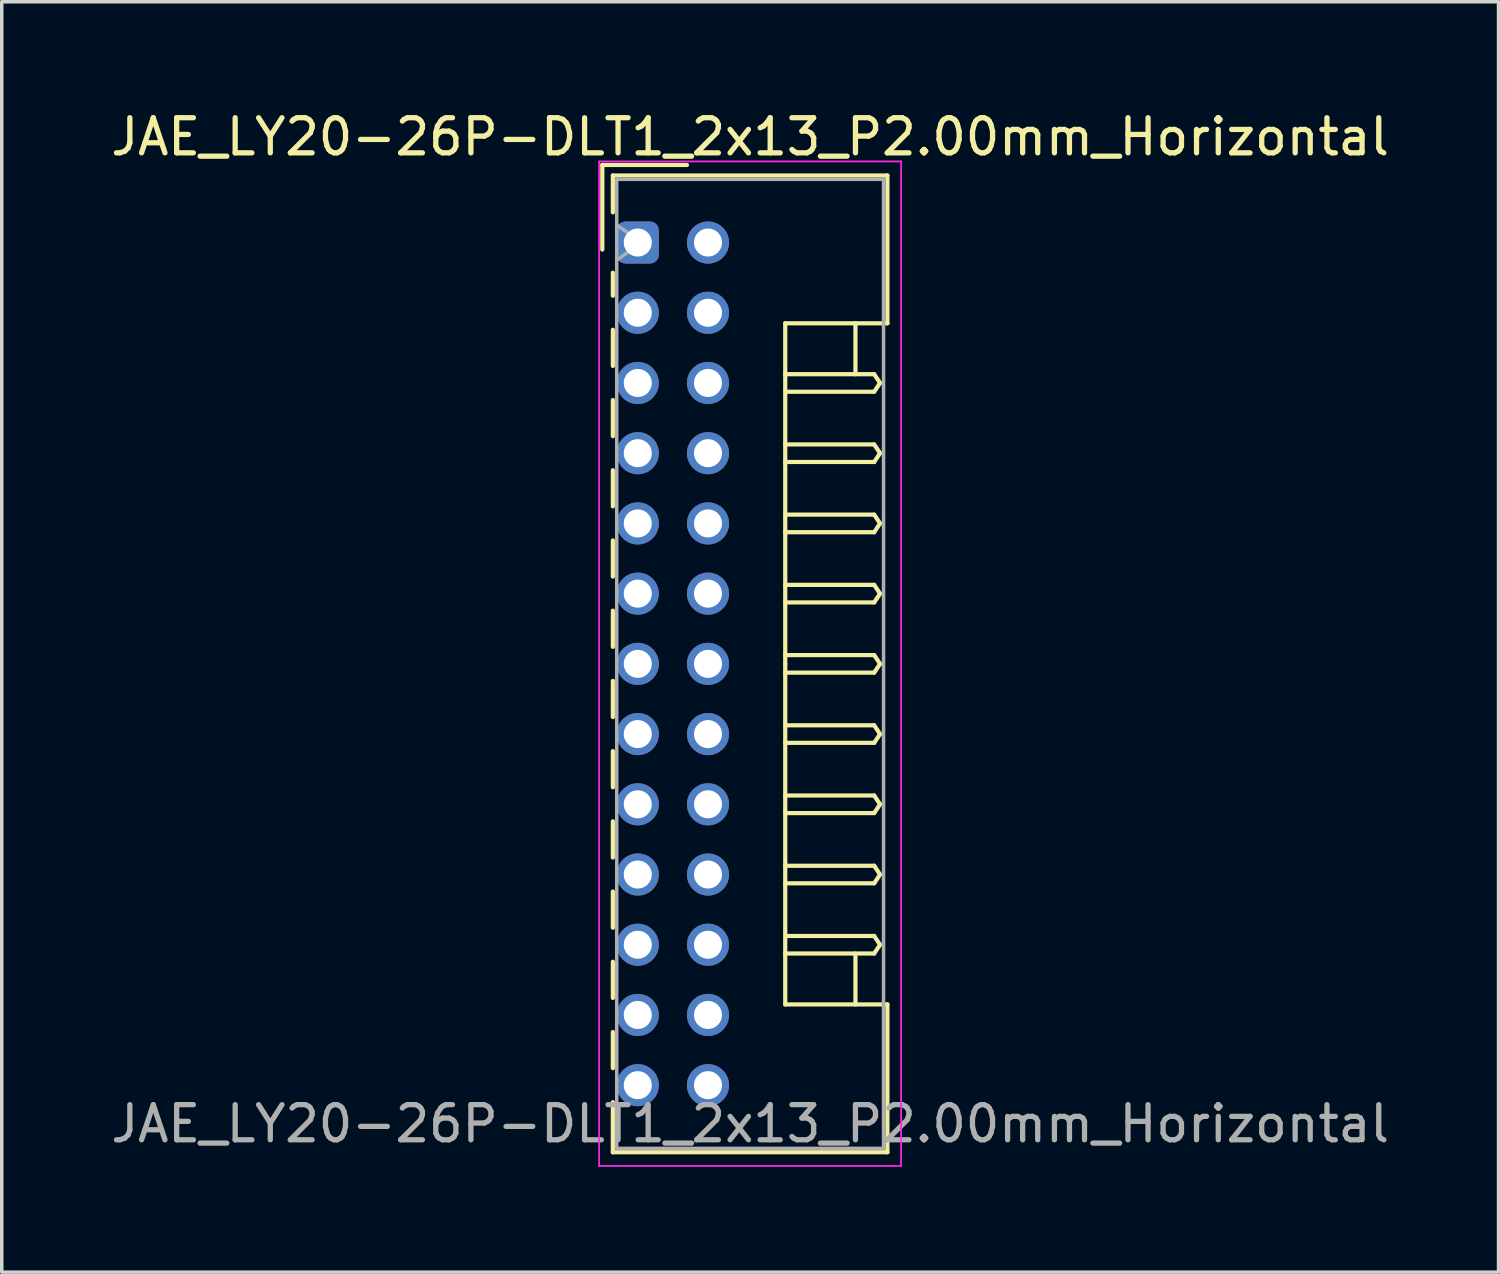
<source format=kicad_pcb>
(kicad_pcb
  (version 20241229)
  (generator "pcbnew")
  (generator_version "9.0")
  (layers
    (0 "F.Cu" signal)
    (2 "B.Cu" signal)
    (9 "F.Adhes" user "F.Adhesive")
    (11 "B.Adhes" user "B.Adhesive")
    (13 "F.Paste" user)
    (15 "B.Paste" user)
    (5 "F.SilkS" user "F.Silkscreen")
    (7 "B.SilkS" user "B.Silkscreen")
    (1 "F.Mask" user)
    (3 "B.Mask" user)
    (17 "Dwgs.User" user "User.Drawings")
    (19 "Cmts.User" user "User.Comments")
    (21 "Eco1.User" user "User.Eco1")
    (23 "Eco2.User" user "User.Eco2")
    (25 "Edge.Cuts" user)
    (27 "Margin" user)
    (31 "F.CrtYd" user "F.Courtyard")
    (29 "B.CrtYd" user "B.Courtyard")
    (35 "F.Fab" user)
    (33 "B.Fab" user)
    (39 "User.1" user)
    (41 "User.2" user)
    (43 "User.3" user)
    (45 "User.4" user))
  (footprint "JAE_LY20-26P-DLT1_2x13_P2.00mm_Horizontal"
    (layer "F.Cu")
    (at 15.115 3.858)
    (property "Reference" "JAE_LY20-26P-DLT1_2x13_P2.00mm_Horizontal" (at 3.2 -3.01 0) (layer "F.SilkS") (effects (font (size 1 1) (thickness 0.15))))
    (attr through_hole)
    (fp_line (start -1.01 -2.21) (end -1.01 0.2) (stroke (width 0.12) (type solid)) (layer "F.SilkS"))
    (fp_line (start -0.71 -1.91) (end -0.71 -0.86) (stroke (width 0.12) (type solid)) (layer "F.SilkS"))
    (fp_line (start -0.71 -1.91) (end 7.11 -1.91) (stroke (width 0.12) (type solid)) (layer "F.SilkS"))
    (fp_line (start -0.71 0.86) (end -0.71 1.515) (stroke (width 0.12) (type solid)) (layer "F.SilkS"))
    (fp_line (start -0.71 2.485) (end -0.71 3.515) (stroke (width 0.12) (type solid)) (layer "F.SilkS"))
    (fp_line (start -0.71 4.485) (end -0.71 5.515) (stroke (width 0.12) (type solid)) (layer "F.SilkS"))
    (fp_line (start -0.71 6.485) (end -0.71 7.515) (stroke (width 0.12) (type solid)) (layer "F.SilkS"))
    (fp_line (start -0.71 8.485) (end -0.71 9.515) (stroke (width 0.12) (type solid)) (layer "F.SilkS"))
    (fp_line (start -0.71 10.485) (end -0.71 11.515) (stroke (width 0.12) (type solid)) (layer "F.SilkS"))
    (fp_line (start -0.71 12.485) (end -0.71 13.515) (stroke (width 0.12) (type solid)) (layer "F.SilkS"))
    (fp_line (start -0.71 14.485) (end -0.71 15.515) (stroke (width 0.12) (type solid)) (layer "F.SilkS"))
    (fp_line (start -0.71 16.485) (end -0.71 17.515) (stroke (width 0.12) (type solid)) (layer "F.SilkS"))
    (fp_line (start -0.71 18.485) (end -0.71 19.515) (stroke (width 0.12) (type solid)) (layer "F.SilkS"))
    (fp_line (start -0.71 20.485) (end -0.71 21.515) (stroke (width 0.12) (type solid)) (layer "F.SilkS"))
    (fp_line (start -0.71 22.485) (end -0.71 23.515) (stroke (width 0.12) (type solid)) (layer "F.SilkS"))
    (fp_line (start -0.71 24.485) (end -0.71 25.91) (stroke (width 0.12) (type solid)) (layer "F.SilkS"))
    (fp_line (start -0.71 25.91) (end 7.11 25.91) (stroke (width 0.12) (type solid)) (layer "F.SilkS"))
    (fp_line (start 1.4 -2.21) (end -1.01 -2.21) (stroke (width 0.12) (type solid)) (layer "F.SilkS"))
    (fp_line (start 4.2 2.3) (end 4.2 12) (stroke (width 0.12) (type solid)) (layer "F.SilkS"))
    (fp_line (start 4.2 3.75) (end 6.733 3.75) (stroke (width 0.12) (type solid)) (layer "F.SilkS"))
    (fp_line (start 4.2 5.75) (end 6.733 5.75) (stroke (width 0.12) (type solid)) (layer "F.SilkS"))
    (fp_line (start 4.2 7.75) (end 6.733 7.75) (stroke (width 0.12) (type solid)) (layer "F.SilkS"))
    (fp_line (start 4.2 9.75) (end 6.733 9.75) (stroke (width 0.12) (type solid)) (layer "F.SilkS"))
    (fp_line (start 4.2 11.75) (end 6.733 11.75) (stroke (width 0.12) (type solid)) (layer "F.SilkS"))
    (fp_line (start 4.2 13.75) (end 6.733 13.75) (stroke (width 0.12) (type solid)) (layer "F.SilkS"))
    (fp_line (start 4.2 15.75) (end 6.733 15.75) (stroke (width 0.12) (type solid)) (layer "F.SilkS"))
    (fp_line (start 4.2 17.75) (end 6.733 17.75) (stroke (width 0.12) (type solid)) (layer "F.SilkS"))
    (fp_line (start 4.2 19.75) (end 6.733 19.75) (stroke (width 0.12) (type solid)) (layer "F.SilkS"))
    (fp_line (start 4.2 21.7) (end 4.2 12) (stroke (width 0.12) (type solid)) (layer "F.SilkS"))
    (fp_line (start 6.2 2.3) (end 6.2 3.75) (stroke (width 0.12) (type solid)) (layer "F.SilkS"))
    (fp_line (start 6.2 21.7) (end 6.2 20.25) (stroke (width 0.12) (type solid)) (layer "F.SilkS"))
    (fp_line (start 6.733 3.75) (end 6.9 4) (stroke (width 0.12) (type solid)) (layer "F.SilkS"))
    (fp_line (start 6.733 4.25) (end 4.2 4.25) (stroke (width 0.12) (type solid)) (layer "F.SilkS"))
    (fp_line (start 6.733 5.75) (end 6.9 6) (stroke (width 0.12) (type solid)) (layer "F.SilkS"))
    (fp_line (start 6.733 6.25) (end 4.2 6.25) (stroke (width 0.12) (type solid)) (layer "F.SilkS"))
    (fp_line (start 6.733 7.75) (end 6.9 8) (stroke (width 0.12) (type solid)) (layer "F.SilkS"))
    (fp_line (start 6.733 8.25) (end 4.2 8.25) (stroke (width 0.12) (type solid)) (layer "F.SilkS"))
    (fp_line (start 6.733 9.75) (end 6.9 10) (stroke (width 0.12) (type solid)) (layer "F.SilkS"))
    (fp_line (start 6.733 10.25) (end 4.2 10.25) (stroke (width 0.12) (type solid)) (layer "F.SilkS"))
    (fp_line (start 6.733 11.75) (end 6.9 12) (stroke (width 0.12) (type solid)) (layer "F.SilkS"))
    (fp_line (start 6.733 12.25) (end 4.2 12.25) (stroke (width 0.12) (type solid)) (layer "F.SilkS"))
    (fp_line (start 6.733 13.75) (end 6.9 14) (stroke (width 0.12) (type solid)) (layer "F.SilkS"))
    (fp_line (start 6.733 14.25) (end 4.2 14.25) (stroke (width 0.12) (type solid)) (layer "F.SilkS"))
    (fp_line (start 6.733 15.75) (end 6.9 16) (stroke (width 0.12) (type solid)) (layer "F.SilkS"))
    (fp_line (start 6.733 16.25) (end 4.2 16.25) (stroke (width 0.12) (type solid)) (layer "F.SilkS"))
    (fp_line (start 6.733 17.75) (end 6.9 18) (stroke (width 0.12) (type solid)) (layer "F.SilkS"))
    (fp_line (start 6.733 18.25) (end 4.2 18.25) (stroke (width 0.12) (type solid)) (layer "F.SilkS"))
    (fp_line (start 6.733 19.75) (end 6.9 20) (stroke (width 0.12) (type solid)) (layer "F.SilkS"))
    (fp_line (start 6.733 20.25) (end 4.2 20.25) (stroke (width 0.12) (type solid)) (layer "F.SilkS"))
    (fp_line (start 6.9 4) (end 6.733 4.25) (stroke (width 0.12) (type solid)) (layer "F.SilkS"))
    (fp_line (start 6.9 6) (end 6.733 6.25) (stroke (width 0.12) (type solid)) (layer "F.SilkS"))
    (fp_line (start 6.9 8) (end 6.733 8.25) (stroke (width 0.12) (type solid)) (layer "F.SilkS"))
    (fp_line (start 6.9 10) (end 6.733 10.25) (stroke (width 0.12) (type solid)) (layer "F.SilkS"))
    (fp_line (start 6.9 12) (end 6.733 12.25) (stroke (width 0.12) (type solid)) (layer "F.SilkS"))
    (fp_line (start 6.9 14) (end 6.733 14.25) (stroke (width 0.12) (type solid)) (layer "F.SilkS"))
    (fp_line (start 6.9 16) (end 6.733 16.25) (stroke (width 0.12) (type solid)) (layer "F.SilkS"))
    (fp_line (start 6.9 18) (end 6.733 18.25) (stroke (width 0.12) (type solid)) (layer "F.SilkS"))
    (fp_line (start 6.9 20) (end 6.733 20.25) (stroke (width 0.12) (type solid)) (layer "F.SilkS"))
    (fp_line (start 7.11 -1.91) (end 7.11 2.3) (stroke (width 0.12) (type solid)) (layer "F.SilkS"))
    (fp_line (start 7.11 2.3) (end 4.2 2.3) (stroke (width 0.12) (type solid)) (layer "F.SilkS"))
    (fp_line (start 7.11 21.7) (end 4.2 21.7) (stroke (width 0.12) (type solid)) (layer "F.SilkS"))
    (fp_line (start 7.11 25.91) (end 7.11 21.7) (stroke (width 0.12) (type solid)) (layer "F.SilkS"))
    (fp_line (start -1.1 -2.31) (end -1.1 26.3) (stroke (width 0.05) (type solid)) (layer "F.CrtYd"))
    (fp_line (start -1.1 26.3) (end 7.5 26.3) (stroke (width 0.05) (type solid)) (layer "F.CrtYd"))
    (fp_line (start 7.5 -2.31) (end -1.1 -2.31) (stroke (width 0.05) (type solid)) (layer "F.CrtYd"))
    (fp_line (start 7.5 26.3) (end 7.5 -2.31) (stroke (width 0.05) (type solid)) (layer "F.CrtYd"))
    (fp_line (start -0.6 -1.8) (end -0.6 25.8) (stroke (width 0.1) (type solid)) (layer "F.Fab"))
    (fp_line (start -0.6 0.5) (end 0.107 0) (stroke (width 0.1) (type solid)) (layer "F.Fab"))
    (fp_line (start -0.6 25.8) (end 7 25.8) (stroke (width 0.1) (type solid)) (layer "F.Fab"))
    (fp_line (start 0.107 0) (end -0.6 -0.5) (stroke (width 0.1) (type solid)) (layer "F.Fab"))
    (fp_line (start 7 -1.8) (end -0.6 -1.8) (stroke (width 0.1) (type solid)) (layer "F.Fab"))
    (fp_line (start 7 25.8) (end 7 -1.8) (stroke (width 0.1) (type solid)) (layer "F.Fab"))
    (fp_text user "${REFERENCE}" (at 3.2 25.1 0) (layer "F.Fab") (effects (font (size 1 1) (thickness 0.15))))
    (pad "a1" thru_hole roundrect (at 0 0) (size 1.2 1.2) (drill 0.8) (layers "*.Cu" "*.Mask") (roundrect_rratio 0.208))
    (pad "a2" thru_hole circle (at 0 2) (size 1.2 1.2) (drill 0.8) (layers "*.Cu" "*.Mask"))
    (pad "a3" thru_hole circle (at 0 4) (size 1.2 1.2) (drill 0.8) (layers "*.Cu" "*.Mask"))
    (pad "a4" thru_hole circle (at 0 6) (size 1.2 1.2) (drill 0.8) (layers "*.Cu" "*.Mask"))
    (pad "a5" thru_hole circle (at 0 8) (size 1.2 1.2) (drill 0.8) (layers "*.Cu" "*.Mask"))
    (pad "a6" thru_hole circle (at 0 10) (size 1.2 1.2) (drill 0.8) (layers "*.Cu" "*.Mask"))
    (pad "a7" thru_hole circle (at 0 12) (size 1.2 1.2) (drill 0.8) (layers "*.Cu" "*.Mask"))
    (pad "a8" thru_hole circle (at 0 14) (size 1.2 1.2) (drill 0.8) (layers "*.Cu" "*.Mask"))
    (pad "a9" thru_hole circle (at 0 16) (size 1.2 1.2) (drill 0.8) (layers "*.Cu" "*.Mask"))
    (pad "a10" thru_hole circle (at 0 18) (size 1.2 1.2) (drill 0.8) (layers "*.Cu" "*.Mask"))
    (pad "a11" thru_hole circle (at 0 20) (size 1.2 1.2) (drill 0.8) (layers "*.Cu" "*.Mask"))
    (pad "a12" thru_hole circle (at 0 22) (size 1.2 1.2) (drill 0.8) (layers "*.Cu" "*.Mask"))
    (pad "a13" thru_hole circle (at 0 24) (size 1.2 1.2) (drill 0.8) (layers "*.Cu" "*.Mask"))
    (pad "b1" thru_hole circle (at 2 0) (size 1.2 1.2) (drill 0.8) (layers "*.Cu" "*.Mask"))
    (pad "b2" thru_hole circle (at 2 2) (size 1.2 1.2) (drill 0.8) (layers "*.Cu" "*.Mask"))
    (pad "b3" thru_hole circle (at 2 4) (size 1.2 1.2) (drill 0.8) (layers "*.Cu" "*.Mask"))
    (pad "b4" thru_hole circle (at 2 6) (size 1.2 1.2) (drill 0.8) (layers "*.Cu" "*.Mask"))
    (pad "b5" thru_hole circle (at 2 8) (size 1.2 1.2) (drill 0.8) (layers "*.Cu" "*.Mask"))
    (pad "b6" thru_hole circle (at 2 10) (size 1.2 1.2) (drill 0.8) (layers "*.Cu" "*.Mask"))
    (pad "b7" thru_hole circle (at 2 12) (size 1.2 1.2) (drill 0.8) (layers "*.Cu" "*.Mask"))
    (pad "b8" thru_hole circle (at 2 14) (size 1.2 1.2) (drill 0.8) (layers "*.Cu" "*.Mask"))
    (pad "b9" thru_hole circle (at 2 16) (size 1.2 1.2) (drill 0.8) (layers "*.Cu" "*.Mask"))
    (pad "b10" thru_hole circle (at 2 18) (size 1.2 1.2) (drill 0.8) (layers "*.Cu" "*.Mask"))
    (pad "b11" thru_hole circle (at 2 20) (size 1.2 1.2) (drill 0.8) (layers "*.Cu" "*.Mask"))
    (pad "b12" thru_hole circle (at 2 22) (size 1.2 1.2) (drill 0.8) (layers "*.Cu" "*.Mask"))
    (pad "b13" thru_hole circle (at 2 24) (size 1.2 1.2) (drill 0.8) (layers "*.Cu" "*.Mask")))
  (gr_rect
    (start -3 -3)
    (end 39.631 33.183)
    (stroke (width 0.1) (type default))
    (fill no)
    (layer "Edge.Cuts")))
</source>
